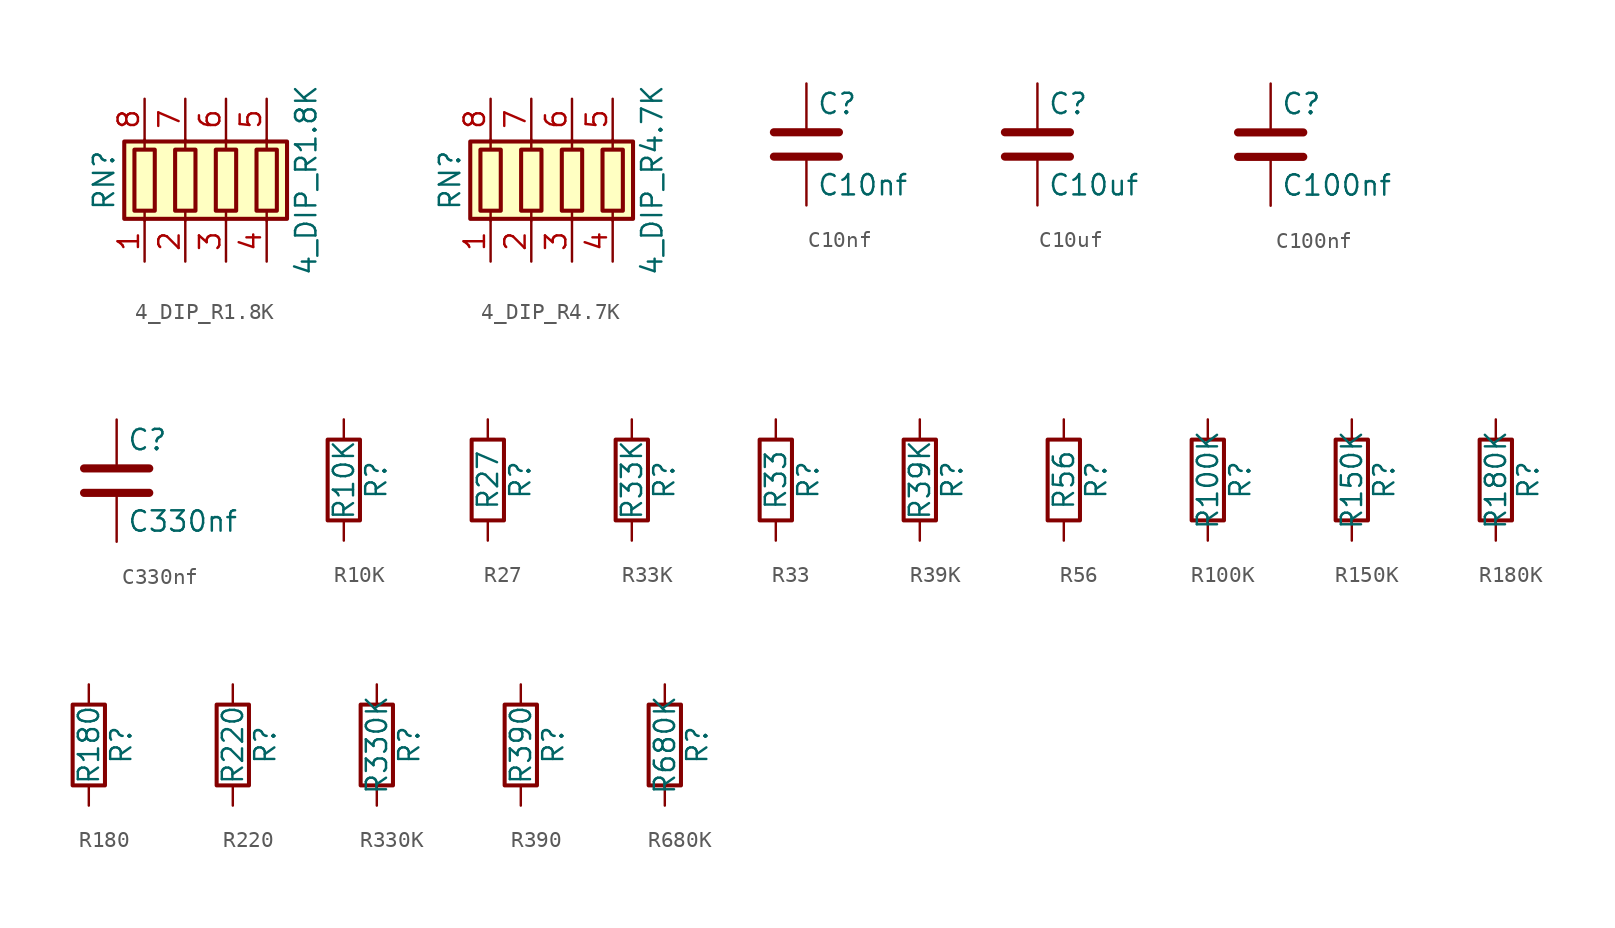
<source format=kicad_sym>
(kicad_symbol_lib
  (version 20231120)
  (generator "kicad_symbol_editor")
  (generator_version "8.0")
  (symbol "4_DIP_R1.8K"
    (pin_names
      (offset 0) hide)
    (property "Reference" "RN"
      (at -7.62 0 90)
      (effects (font (size 1.27 1.27))))
    (property "Value" "4_DIP_R1.8K"
      (at 5 0 90)
      (effects (font (size 1.27 1.27))))
    (symbol "4_DIP_R1.8K_0_1"
      (rectangle (start -6.35 -2.413) (end 3.81 2.413) (stroke (width 0.254) (type default)) (fill (type background)))
      (rectangle (start -5.715 1.905) (end -4.445 -1.905) (stroke (width 0.254) (type default)) (fill (type none)))
      (rectangle (start -3.175 1.905) (end -1.905 -1.905) (stroke (width 0.254) (type default)) (fill (type none)))
      (rectangle (start -0.635 1.905) (end 0.635 -1.905) (stroke (width 0.254) (type default)) (fill (type none)))
      (polyline (pts (xy -5.08 -2.54) (xy -5.08 -1.905)) (stroke (width 0) (type default)) (fill (type none)))
      (polyline (pts (xy -5.08 1.905) (xy -5.08 2.54)) (stroke (width 0) (type default)) (fill (type none)))
      (polyline (pts (xy -2.54 -2.54) (xy -2.54 -1.905)) (stroke (width 0) (type default)) (fill (type none)))
      (polyline (pts (xy -2.54 1.905) (xy -2.54 2.54)) (stroke (width 0) (type default)) (fill (type none)))
      (polyline (pts (xy 0 -2.54) (xy 0 -1.905)) (stroke (width 0) (type default)) (fill (type none)))
      (polyline (pts (xy 0 1.905) (xy 0 2.54)) (stroke (width 0) (type default)) (fill (type none)))
      (polyline (pts (xy 2.54 -2.54) (xy 2.54 -1.905)) (stroke (width 0) (type default)) (fill (type none)))
      (polyline (pts (xy 2.54 1.905) (xy 2.54 2.54)) (stroke (width 0) (type default)) (fill (type none)))
      (rectangle (start 1.905 1.905) (end 3.175 -1.905) (stroke (width 0.254) (type default)) (fill (type none))))
    (symbol "4_DIP_R1.8K_1_1"
      (pin passive line (at -5.08 -5.08 90) (length 2.54) (name "R1.1" (effects (font (size 1.27 1.27)))) (number "1" (effects (font (size 1.27 1.27)))))
      (pin passive line (at -2.54 -5.08 90) (length 2.54) (name "R2.1" (effects (font (size 1.27 1.27)))) (number "2" (effects (font (size 1.27 1.27)))))
      (pin passive line (at 0 -5.08 90) (length 2.54) (name "R3.1" (effects (font (size 1.27 1.27)))) (number "3" (effects (font (size 1.27 1.27)))))
      (pin passive line (at 2.54 -5.08 90) (length 2.54) (name "R4.1" (effects (font (size 1.27 1.27)))) (number "4" (effects (font (size 1.27 1.27)))))
      (pin passive line (at 2.54 5.08 270) (length 2.54) (name "R4.2" (effects (font (size 1.27 1.27)))) (number "5" (effects (font (size 1.27 1.27)))))
      (pin passive line (at 0 5.08 270) (length 2.54) (name "R3.2" (effects (font (size 1.27 1.27)))) (number "6" (effects (font (size 1.27 1.27)))))
      (pin passive line (at -2.54 5.08 270) (length 2.54) (name "R2.2" (effects (font (size 1.27 1.27)))) (number "7" (effects (font (size 1.27 1.27)))))
      (pin passive line (at -5.08 5.08 270) (length 2.54) (name "R1.2" (effects (font (size 1.27 1.27)))) (number "8" (effects (font (size 1.27 1.27)))))))
  (symbol "4_DIP_R4.7K"
    (pin_names
      (offset 0) hide)
    (property "Reference" "RN"
      (at -7.62 0 90)
      (effects (font (size 1.27 1.27))))
    (property "Value" "4_DIP_R4.7K"
      (at 5 0 90)
      (effects (font (size 1.27 1.27))))
    (symbol "4_DIP_R4.7K_0_1"
      (rectangle (start -6.35 -2.413) (end 3.81 2.413) (stroke (width 0.254) (type default)) (fill (type background)))
      (rectangle (start -5.715 1.905) (end -4.445 -1.905) (stroke (width 0.254) (type default)) (fill (type none)))
      (rectangle (start -3.175 1.905) (end -1.905 -1.905) (stroke (width 0.254) (type default)) (fill (type none)))
      (rectangle (start -0.635 1.905) (end 0.635 -1.905) (stroke (width 0.254) (type default)) (fill (type none)))
      (polyline (pts (xy -5.08 -2.54) (xy -5.08 -1.905)) (stroke (width 0) (type default)) (fill (type none)))
      (polyline (pts (xy -5.08 1.905) (xy -5.08 2.54)) (stroke (width 0) (type default)) (fill (type none)))
      (polyline (pts (xy -2.54 -2.54) (xy -2.54 -1.905)) (stroke (width 0) (type default)) (fill (type none)))
      (polyline (pts (xy -2.54 1.905) (xy -2.54 2.54)) (stroke (width 0) (type default)) (fill (type none)))
      (polyline (pts (xy 0 -2.54) (xy 0 -1.905)) (stroke (width 0) (type default)) (fill (type none)))
      (polyline (pts (xy 0 1.905) (xy 0 2.54)) (stroke (width 0) (type default)) (fill (type none)))
      (polyline (pts (xy 2.54 -2.54) (xy 2.54 -1.905)) (stroke (width 0) (type default)) (fill (type none)))
      (polyline (pts (xy 2.54 1.905) (xy 2.54 2.54)) (stroke (width 0) (type default)) (fill (type none)))
      (rectangle (start 1.905 1.905) (end 3.175 -1.905) (stroke (width 0.254) (type default)) (fill (type none))))
    (symbol "4_DIP_R4.7K_1_1"
      (pin passive line (at -5.08 -5.08 90) (length 2.54) (name "R1.1" (effects (font (size 1.27 1.27)))) (number "1" (effects (font (size 1.27 1.27)))))
      (pin passive line (at -2.54 -5.08 90) (length 2.54) (name "R2.1" (effects (font (size 1.27 1.27)))) (number "2" (effects (font (size 1.27 1.27)))))
      (pin passive line (at 0 -5.08 90) (length 2.54) (name "R3.1" (effects (font (size 1.27 1.27)))) (number "3" (effects (font (size 1.27 1.27)))))
      (pin passive line (at 2.54 -5.08 90) (length 2.54) (name "R4.1" (effects (font (size 1.27 1.27)))) (number "4" (effects (font (size 1.27 1.27)))))
      (pin passive line (at 2.54 5.08 270) (length 2.54) (name "R4.2" (effects (font (size 1.27 1.27)))) (number "5" (effects (font (size 1.27 1.27)))))
      (pin passive line (at 0 5.08 270) (length 2.54) (name "R3.2" (effects (font (size 1.27 1.27)))) (number "6" (effects (font (size 1.27 1.27)))))
      (pin passive line (at -2.54 5.08 270) (length 2.54) (name "R2.2" (effects (font (size 1.27 1.27)))) (number "7" (effects (font (size 1.27 1.27)))))
      (pin passive line (at -5.08 5.08 270) (length 2.54) (name "R1.2" (effects (font (size 1.27 1.27)))) (number "8" (effects (font (size 1.27 1.27)))))))
  (symbol "C10nf"
    (pin_numbers hide)
    (pin_names
      (offset 0.254))
    (property "Reference" "C"
      (at 0.635 2.54 0)
      (effects (font (size 1.27 1.27)) (justify left)))
    (property "Value" "C10nf"
      (at 0.635 -2.54 0)
      (effects (font (size 1.27 1.27)) (justify left)))
    (symbol "C10nf_0_1"
      (polyline (pts (xy -2.032 -0.762) (xy 2.032 -0.762)) (stroke (width 0.508) (type default)) (fill (type none)))
      (polyline (pts (xy -2.032 0.762) (xy 2.032 0.762)) (stroke (width 0.508) (type default)) (fill (type none))))
    (symbol "C10nf_1_1"
      (pin passive line (at 0 3.81 270) (length 2.794) (name "~" (effects (font (size 1.27 1.27)))) (number "1" (effects (font (size 1.27 1.27)))))
      (pin passive line (at 0 -3.81 90) (length 2.794) (name "~" (effects (font (size 1.27 1.27)))) (number "2" (effects (font (size 1.27 1.27)))))))
  (symbol "C10uf"
    (pin_numbers hide)
    (pin_names
      (offset 0.254))
    (property "Reference" "C"
      (at 0.635 2.54 0)
      (effects (font (size 1.27 1.27)) (justify left)))
    (property "Value" "C10uf"
      (at 0.635 -2.54 0)
      (effects (font (size 1.27 1.27)) (justify left)))
    (symbol "C10uf_0_1"
      (polyline (pts (xy -2.032 -0.762) (xy 2.032 -0.762)) (stroke (width 0.508) (type default)) (fill (type none)))
      (polyline (pts (xy -2.032 0.762) (xy 2.032 0.762)) (stroke (width 0.508) (type default)) (fill (type none))))
    (symbol "C10uf_1_1"
      (pin passive line (at 0 3.81 270) (length 2.794) (name "~" (effects (font (size 1.27 1.27)))) (number "1" (effects (font (size 1.27 1.27)))))
      (pin passive line (at 0 -3.81 90) (length 2.794) (name "~" (effects (font (size 1.27 1.27)))) (number "2" (effects (font (size 1.27 1.27)))))))
  (symbol "C100nf"
    (pin_numbers hide)
    (pin_names
      (offset 0.254))
    (property "Reference" "C"
      (at 0.635 2.54 0)
      (effects (font (size 1.27 1.27)) (justify left)))
    (property "Value" "C100nf"
      (at 0.635 -2.54 0)
      (effects (font (size 1.27 1.27)) (justify left)))
    (symbol "C100nf_0_1"
      (polyline (pts (xy -2.032 -0.762) (xy 2.032 -0.762)) (stroke (width 0.508) (type default)) (fill (type none)))
      (polyline (pts (xy -2.032 0.762) (xy 2.032 0.762)) (stroke (width 0.508) (type default)) (fill (type none))))
    (symbol "C100nf_1_1"
      (pin passive line (at 0 3.81 270) (length 2.794) (name "~" (effects (font (size 1.27 1.27)))) (number "1" (effects (font (size 1.27 1.27)))))
      (pin passive line (at 0 -3.81 90) (length 2.794) (name "~" (effects (font (size 1.27 1.27)))) (number "2" (effects (font (size 1.27 1.27)))))))
  (symbol "C330nf"
    (pin_numbers hide)
    (pin_names
      (offset 0.254))
    (property "Reference" "C"
      (at 0.635 2.54 0)
      (effects (font (size 1.27 1.27)) (justify left)))
    (property "Value" "C330nf"
      (at 0.635 -2.54 0)
      (effects (font (size 1.27 1.27)) (justify left)))
    (symbol "C330nf_0_1"
      (polyline (pts (xy -2.032 -0.762) (xy 2.032 -0.762)) (stroke (width 0.508) (type default)) (fill (type none)))
      (polyline (pts (xy -2.032 0.762) (xy 2.032 0.762)) (stroke (width 0.508) (type default)) (fill (type none))))
    (symbol "C330nf_1_1"
      (pin passive line (at 0 3.81 270) (length 2.794) (name "~" (effects (font (size 1.27 1.27)))) (number "1" (effects (font (size 1.27 1.27)))))
      (pin passive line (at 0 -3.81 90) (length 2.794) (name "~" (effects (font (size 1.27 1.27)))) (number "2" (effects (font (size 1.27 1.27)))))))
  (symbol "R10K"
    (pin_numbers hide)
    (pin_names
      (offset 0))
    (property "Reference" "R"
      (at 2.032 0 90)
      (effects (font (size 1.27 1.27))))
    (property "Value" "R10K"
      (at 0 0 90)
      (effects (font (size 1.27 1.27))))
    (symbol "R10K_0_1"
      (rectangle (start -1.016 -2.54) (end 1.016 2.54) (stroke (width 0.254) (type default)) (fill (type none))))
    (symbol "R10K_1_1"
      (pin passive line (at 0 3.81 270) (length 1.27) (name "~" (effects (font (size 1.27 1.27)))) (number "1" (effects (font (size 1.27 1.27)))))
      (pin passive line (at 0 -3.81 90) (length 1.27) (name "~" (effects (font (size 1.27 1.27)))) (number "2" (effects (font (size 1.27 1.27)))))))
  (symbol "R27"
    (pin_numbers hide)
    (pin_names
      (offset 0))
    (property "Reference" "R"
      (at 2.032 0 90)
      (effects (font (size 1.27 1.27))))
    (property "Value" "R27"
      (at 0 0 90)
      (effects (font (size 1.27 1.27))))
    (symbol "R27_0_1"
      (rectangle (start -1.016 -2.54) (end 1.016 2.54) (stroke (width 0.254) (type default)) (fill (type none))))
    (symbol "R27_1_1"
      (pin passive line (at 0 3.81 270) (length 1.27) (name "~" (effects (font (size 1.27 1.27)))) (number "1" (effects (font (size 1.27 1.27)))))
      (pin passive line (at 0 -3.81 90) (length 1.27) (name "~" (effects (font (size 1.27 1.27)))) (number "2" (effects (font (size 1.27 1.27)))))))
  (symbol "R33K"
    (pin_numbers hide)
    (pin_names
      (offset 0))
    (property "Reference" "R"
      (at 2.032 0 90)
      (effects (font (size 1.27 1.27))))
    (property "Value" "R33K"
      (at 0 0 90)
      (effects (font (size 1.27 1.27))))
    (symbol "R33K_0_1"
      (rectangle (start -1.016 -2.54) (end 1.016 2.54) (stroke (width 0.254) (type default)) (fill (type none))))
    (symbol "R33K_1_1"
      (pin passive line (at 0 3.81 270) (length 1.27) (name "~" (effects (font (size 1.27 1.27)))) (number "1" (effects (font (size 1.27 1.27)))))
      (pin passive line (at 0 -3.81 90) (length 1.27) (name "~" (effects (font (size 1.27 1.27)))) (number "2" (effects (font (size 1.27 1.27)))))))
  (symbol "R33"
    (pin_numbers hide)
    (pin_names
      (offset 0))
    (property "Reference" "R"
      (at 2.032 0 90)
      (effects (font (size 1.27 1.27))))
    (property "Value" "R33"
      (at 0 0 90)
      (effects (font (size 1.27 1.27))))
    (symbol "R33_0_1"
      (rectangle (start -1.016 -2.54) (end 1.016 2.54) (stroke (width 0.254) (type default)) (fill (type none))))
    (symbol "R33_1_1"
      (pin passive line (at 0 3.81 270) (length 1.27) (name "~" (effects (font (size 1.27 1.27)))) (number "1" (effects (font (size 1.27 1.27)))))
      (pin passive line (at 0 -3.81 90) (length 1.27) (name "~" (effects (font (size 1.27 1.27)))) (number "2" (effects (font (size 1.27 1.27)))))))
  (symbol "R39K"
    (pin_numbers hide)
    (pin_names
      (offset 0))
    (property "Reference" "R"
      (at 2.032 0 90)
      (effects (font (size 1.27 1.27))))
    (property "Value" "R39K"
      (at 0 0 90)
      (effects (font (size 1.27 1.27))))
    (symbol "R39K_0_1"
      (rectangle (start -1.016 -2.54) (end 1.016 2.54) (stroke (width 0.254) (type default)) (fill (type none))))
    (symbol "R39K_1_1"
      (pin passive line (at 0 3.81 270) (length 1.27) (name "~" (effects (font (size 1.27 1.27)))) (number "1" (effects (font (size 1.27 1.27)))))
      (pin passive line (at 0 -3.81 90) (length 1.27) (name "~" (effects (font (size 1.27 1.27)))) (number "2" (effects (font (size 1.27 1.27)))))))
  (symbol "R56"
    (pin_numbers hide)
    (pin_names
      (offset 0))
    (property "Reference" "R"
      (at 2.032 0 90)
      (effects (font (size 1.27 1.27))))
    (property "Value" "R56"
      (at 0 0 90)
      (effects (font (size 1.27 1.27))))
    (symbol "R56_0_1"
      (rectangle (start -1.016 -2.54) (end 1.016 2.54) (stroke (width 0.254) (type default)) (fill (type none))))
    (symbol "R56_1_1"
      (pin passive line (at 0 3.81 270) (length 1.27) (name "~" (effects (font (size 1.27 1.27)))) (number "1" (effects (font (size 1.27 1.27)))))
      (pin passive line (at 0 -3.81 90) (length 1.27) (name "~" (effects (font (size 1.27 1.27)))) (number "2" (effects (font (size 1.27 1.27)))))))
  (symbol "R100K"
    (pin_numbers hide)
    (pin_names
      (offset 0))
    (property "Reference" "R"
      (at 2.032 0 90)
      (effects (font (size 1.27 1.27))))
    (property "Value" "R100K"
      (at 0 0 90)
      (effects (font (size 1.27 1.27))))
    (symbol "R100K_0_1"
      (rectangle (start -1.016 -2.54) (end 1.016 2.54) (stroke (width 0.254) (type default)) (fill (type none))))
    (symbol "R100K_1_1"
      (pin passive line (at 0 3.81 270) (length 1.27) (name "~" (effects (font (size 1.27 1.27)))) (number "1" (effects (font (size 1.27 1.27)))))
      (pin passive line (at 0 -3.81 90) (length 1.27) (name "~" (effects (font (size 1.27 1.27)))) (number "2" (effects (font (size 1.27 1.27)))))))
  (symbol "R150K"
    (pin_numbers hide)
    (pin_names
      (offset 0))
    (property "Reference" "R"
      (at 2.032 0 90)
      (effects (font (size 1.27 1.27))))
    (property "Value" "R150K"
      (at 0 0 90)
      (effects (font (size 1.27 1.27))))
    (symbol "R150K_0_1"
      (rectangle (start -1.016 -2.54) (end 1.016 2.54) (stroke (width 0.254) (type default)) (fill (type none))))
    (symbol "R150K_1_1"
      (pin passive line (at 0 3.81 270) (length 1.27) (name "~" (effects (font (size 1.27 1.27)))) (number "1" (effects (font (size 1.27 1.27)))))
      (pin passive line (at 0 -3.81 90) (length 1.27) (name "~" (effects (font (size 1.27 1.27)))) (number "2" (effects (font (size 1.27 1.27)))))))
  (symbol "R180K"
    (pin_numbers hide)
    (pin_names
      (offset 0))
    (property "Reference" "R"
      (at 2.032 0 90)
      (effects (font (size 1.27 1.27))))
    (property "Value" "R180K"
      (at 0 0 90)
      (effects (font (size 1.27 1.27))))
    (symbol "R180K_0_1"
      (rectangle (start -1.016 -2.54) (end 1.016 2.54) (stroke (width 0.254) (type default)) (fill (type none))))
    (symbol "R180K_1_1"
      (pin passive line (at 0 3.81 270) (length 1.27) (name "~" (effects (font (size 1.27 1.27)))) (number "1" (effects (font (size 1.27 1.27)))))
      (pin passive line (at 0 -3.81 90) (length 1.27) (name "~" (effects (font (size 1.27 1.27)))) (number "2" (effects (font (size 1.27 1.27)))))))
  (symbol "R180"
    (pin_numbers hide)
    (pin_names
      (offset 0))
    (property "Reference" "R"
      (at 2.032 0 90)
      (effects (font (size 1.27 1.27))))
    (property "Value" "R180"
      (at 0 0 90)
      (effects (font (size 1.27 1.27))))
    (symbol "R180_0_1"
      (rectangle (start -1.016 -2.54) (end 1.016 2.54) (stroke (width 0.254) (type default)) (fill (type none))))
    (symbol "R180_1_1"
      (pin passive line (at 0 3.81 270) (length 1.27) (name "~" (effects (font (size 1.27 1.27)))) (number "1" (effects (font (size 1.27 1.27)))))
      (pin passive line (at 0 -3.81 90) (length 1.27) (name "~" (effects (font (size 1.27 1.27)))) (number "2" (effects (font (size 1.27 1.27)))))))
  (symbol "R220"
    (pin_numbers hide)
    (pin_names
      (offset 0))
    (property "Reference" "R"
      (at 2.032 0 90)
      (effects (font (size 1.27 1.27))))
    (property "Value" "R220"
      (at 0 0 90)
      (effects (font (size 1.27 1.27))))
    (symbol "R220_0_1"
      (rectangle (start -1.016 -2.54) (end 1.016 2.54) (stroke (width 0.254) (type default)) (fill (type none))))
    (symbol "R220_1_1"
      (pin passive line (at 0 3.81 270) (length 1.27) (name "~" (effects (font (size 1.27 1.27)))) (number "1" (effects (font (size 1.27 1.27)))))
      (pin passive line (at 0 -3.81 90) (length 1.27) (name "~" (effects (font (size 1.27 1.27)))) (number "2" (effects (font (size 1.27 1.27)))))))
  (symbol "R330K"
    (pin_numbers hide)
    (pin_names
      (offset 0))
    (property "Reference" "R"
      (at 2.032 0 90)
      (effects (font (size 1.27 1.27))))
    (property "Value" "R330K"
      (at 0 0 90)
      (effects (font (size 1.27 1.27))))
    (symbol "R330K_0_1"
      (rectangle (start -1.016 -2.54) (end 1.016 2.54) (stroke (width 0.254) (type default)) (fill (type none))))
    (symbol "R330K_1_1"
      (pin passive line (at 0 3.81 270) (length 1.27) (name "~" (effects (font (size 1.27 1.27)))) (number "1" (effects (font (size 1.27 1.27)))))
      (pin passive line (at 0 -3.81 90) (length 1.27) (name "~" (effects (font (size 1.27 1.27)))) (number "2" (effects (font (size 1.27 1.27)))))))
  (symbol "R390"
    (pin_numbers hide)
    (pin_names
      (offset 0))
    (property "Reference" "R"
      (at 2.032 0 90)
      (effects (font (size 1.27 1.27))))
    (property "Value" "R390"
      (at 0 0 90)
      (effects (font (size 1.27 1.27))))
    (symbol "R390_0_1"
      (rectangle (start -1.016 -2.54) (end 1.016 2.54) (stroke (width 0.254) (type default)) (fill (type none))))
    (symbol "R390_1_1"
      (pin passive line (at 0 3.81 270) (length 1.27) (name "~" (effects (font (size 1.27 1.27)))) (number "1" (effects (font (size 1.27 1.27)))))
      (pin passive line (at 0 -3.81 90) (length 1.27) (name "~" (effects (font (size 1.27 1.27)))) (number "2" (effects (font (size 1.27 1.27)))))))
  (symbol "R680K"
    (pin_numbers hide)
    (pin_names
      (offset 0))
    (property "Reference" "R"
      (at 2.032 0 90)
      (effects (font (size 1.27 1.27))))
    (property "Value" "R680K"
      (at 0 0 90)
      (effects (font (size 1.27 1.27))))
    (symbol "R680K_0_1"
      (rectangle (start -1.016 -2.54) (end 1.016 2.54) (stroke (width 0.254) (type default)) (fill (type none))))
    (symbol "R680K_1_1"
      (pin passive line (at 0 3.81 270) (length 1.27) (name "~" (effects (font (size 1.27 1.27)))) (number "1" (effects (font (size 1.27 1.27)))))
      (pin passive line (at 0 -3.81 90) (length 1.27) (name "~" (effects (font (size 1.27 1.27)))) (number "2" (effects (font (size 1.27 1.27))))))))
</source>
